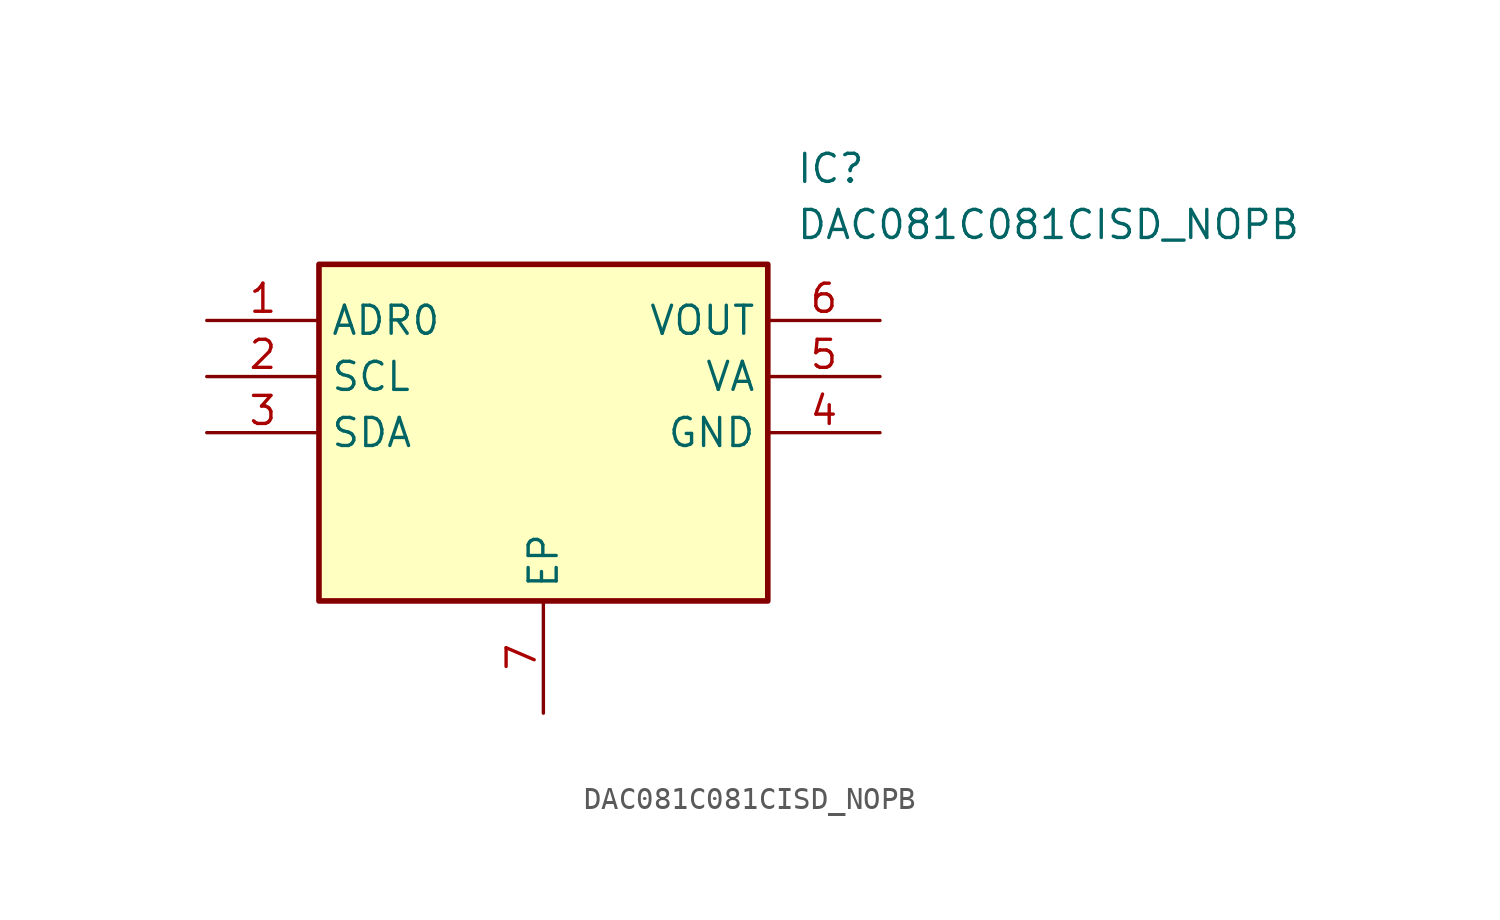
<source format=kicad_sym>
(kicad_symbol_lib
  (version 20211014)
  (generator SamacSys_ECAD_Model)
  (symbol "DAC081C081CISD_NOPB"
    (property "Reference" "IC"
      (at 26.67 7.62 0)
      (effects (font (size 1.27 1.27)) (justify left top)))
    (property "Value" "DAC081C081CISD_NOPB"
      (at 26.67 5.08 0)
      (effects (font (size 1.27 1.27)) (justify left top)))
    (rectangle
      (start 5.08 2.54)
      (end 25.4 -12.7)
      (stroke (width 0.254) (type default))
      (fill (type background)))
    (pin passive line
      (at 0 0 0)
      (length 5.08)
      (name "ADR0" (effects (font (size 1.27 1.27))))
      (number "1" (effects (font (size 1.27 1.27)))))
    (pin passive line
      (at 0 -2.54 0)
      (length 5.08)
      (name "SCL" (effects (font (size 1.27 1.27))))
      (number "2" (effects (font (size 1.27 1.27)))))
    (pin passive line
      (at 0 -5.08 0)
      (length 5.08)
      (name "SDA" (effects (font (size 1.27 1.27))))
      (number "3" (effects (font (size 1.27 1.27)))))
    (pin passive line
      (at 15.24 -17.78 90)
      (length 5.08)
      (name "EP" (effects (font (size 1.27 1.27))))
      (number "7" (effects (font (size 1.27 1.27)))))
    (pin passive line
      (at 30.48 0 180)
      (length 5.08)
      (name "VOUT" (effects (font (size 1.27 1.27))))
      (number "6" (effects (font (size 1.27 1.27)))))
    (pin passive line
      (at 30.48 -2.54 180)
      (length 5.08)
      (name "VA" (effects (font (size 1.27 1.27))))
      (number "5" (effects (font (size 1.27 1.27)))))
    (pin passive line
      (at 30.48 -5.08 180)
      (length 5.08)
      (name "GND" (effects (font (size 1.27 1.27))))
      (number "4" (effects (font (size 1.27 1.27)))))))
</source>
